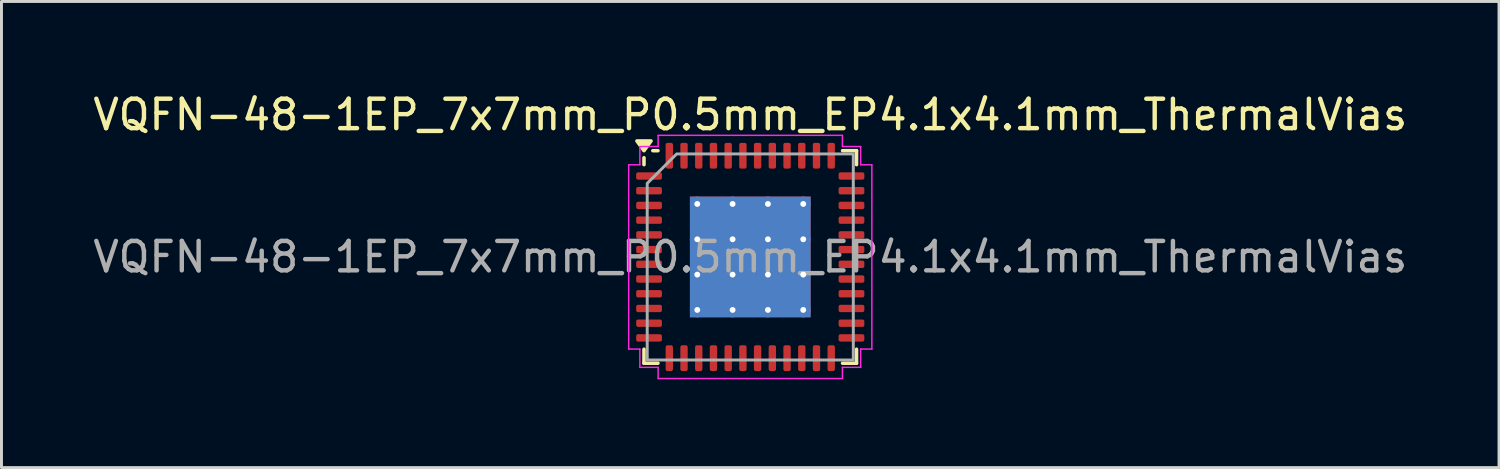
<source format=kicad_pcb>
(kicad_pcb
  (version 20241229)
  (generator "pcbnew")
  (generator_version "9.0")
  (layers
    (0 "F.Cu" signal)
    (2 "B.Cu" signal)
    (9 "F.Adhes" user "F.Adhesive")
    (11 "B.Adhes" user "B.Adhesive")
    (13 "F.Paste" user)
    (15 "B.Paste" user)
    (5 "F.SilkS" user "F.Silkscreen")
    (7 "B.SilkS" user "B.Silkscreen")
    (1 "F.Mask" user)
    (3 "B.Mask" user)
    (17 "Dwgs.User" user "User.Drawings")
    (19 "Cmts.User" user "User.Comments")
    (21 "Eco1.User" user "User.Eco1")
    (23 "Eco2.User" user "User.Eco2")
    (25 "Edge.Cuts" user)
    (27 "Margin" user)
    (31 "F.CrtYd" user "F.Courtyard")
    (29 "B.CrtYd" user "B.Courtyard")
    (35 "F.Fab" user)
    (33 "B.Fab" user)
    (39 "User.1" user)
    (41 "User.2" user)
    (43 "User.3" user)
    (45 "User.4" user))
  (footprint "VQFN-48-1EP_7x7mm_P0.5mm_EP4.1x4.1mm_ThermalVias"
    (layer "F.Cu")
    (at 22.435 5.678)
    (property "Reference" "VQFN-48-1EP_7x7mm_P0.5mm_EP4.1x4.1mm_ThermalVias" (at 0 -4.83 0) (layer "F.SilkS") (effects (font (size 1 1) (thickness 0.15))))
    (attr smd)
    (fp_line (start -3.61 -3.135) (end -3.61 -3.37) (stroke (width 0.12) (type solid)) (layer "F.SilkS"))
    (fp_line (start -3.61 3.61) (end -3.61 3.135) (stroke (width 0.12) (type solid)) (layer "F.SilkS"))
    (fp_line (start -3.135 -3.61) (end -3.31 -3.61) (stroke (width 0.12) (type solid)) (layer "F.SilkS"))
    (fp_line (start -3.135 3.61) (end -3.61 3.61) (stroke (width 0.12) (type solid)) (layer "F.SilkS"))
    (fp_line (start 3.135 -3.61) (end 3.61 -3.61) (stroke (width 0.12) (type solid)) (layer "F.SilkS"))
    (fp_line (start 3.135 3.61) (end 3.61 3.61) (stroke (width 0.12) (type solid)) (layer "F.SilkS"))
    (fp_line (start 3.61 -3.61) (end 3.61 -3.135) (stroke (width 0.12) (type solid)) (layer "F.SilkS"))
    (fp_line (start 3.61 3.61) (end 3.61 3.135) (stroke (width 0.12) (type solid)) (layer "F.SilkS"))
    (fp_poly (pts (xy -3.61 -3.61) (xy -3.85 -3.94) (xy -3.37 -3.94)) (stroke (width 0.12) (type solid)) (fill yes) (layer "F.SilkS"))
    (fp_line (start -4.13 -3.13) (end -3.75 -3.13) (stroke (width 0.05) (type solid)) (layer "F.CrtYd"))
    (fp_line (start -4.13 3.13) (end -4.13 -3.13) (stroke (width 0.05) (type solid)) (layer "F.CrtYd"))
    (fp_line (start -3.75 -3.75) (end -3.13 -3.75) (stroke (width 0.05) (type solid)) (layer "F.CrtYd"))
    (fp_line (start -3.75 -3.13) (end -3.75 -3.75) (stroke (width 0.05) (type solid)) (layer "F.CrtYd"))
    (fp_line (start -3.75 3.13) (end -4.13 3.13) (stroke (width 0.05) (type solid)) (layer "F.CrtYd"))
    (fp_line (start -3.75 3.75) (end -3.75 3.13) (stroke (width 0.05) (type solid)) (layer "F.CrtYd"))
    (fp_line (start -3.13 -4.13) (end 3.13 -4.13) (stroke (width 0.05) (type solid)) (layer "F.CrtYd"))
    (fp_line (start -3.13 -3.75) (end -3.13 -4.13) (stroke (width 0.05) (type solid)) (layer "F.CrtYd"))
    (fp_line (start -3.13 3.75) (end -3.75 3.75) (stroke (width 0.05) (type solid)) (layer "F.CrtYd"))
    (fp_line (start -3.13 4.13) (end -3.13 3.75) (stroke (width 0.05) (type solid)) (layer "F.CrtYd"))
    (fp_line (start 3.13 -4.13) (end 3.13 -3.75) (stroke (width 0.05) (type solid)) (layer "F.CrtYd"))
    (fp_line (start 3.13 -3.75) (end 3.75 -3.75) (stroke (width 0.05) (type solid)) (layer "F.CrtYd"))
    (fp_line (start 3.13 3.75) (end 3.13 4.13) (stroke (width 0.05) (type solid)) (layer "F.CrtYd"))
    (fp_line (start 3.13 4.13) (end -3.13 4.13) (stroke (width 0.05) (type solid)) (layer "F.CrtYd"))
    (fp_line (start 3.75 -3.75) (end 3.75 -3.13) (stroke (width 0.05) (type solid)) (layer "F.CrtYd"))
    (fp_line (start 3.75 -3.13) (end 4.13 -3.13) (stroke (width 0.05) (type solid)) (layer "F.CrtYd"))
    (fp_line (start 3.75 3.13) (end 3.75 3.75) (stroke (width 0.05) (type solid)) (layer "F.CrtYd"))
    (fp_line (start 3.75 3.75) (end 3.13 3.75) (stroke (width 0.05) (type solid)) (layer "F.CrtYd"))
    (fp_line (start 4.13 -3.13) (end 4.13 3.13) (stroke (width 0.05) (type solid)) (layer "F.CrtYd"))
    (fp_line (start 4.13 3.13) (end 3.75 3.13) (stroke (width 0.05) (type solid)) (layer "F.CrtYd"))
    (fp_poly (pts (xy -3.5 -2.5) (xy -3.5 3.5) (xy 3.5 3.5) (xy 3.5 -3.5) (xy -2.5 -3.5)) (stroke (width 0.1) (type solid)) (fill no) (layer "F.Fab"))
    (fp_text user "${REFERENCE}" (at 0 0 0) (layer "F.Fab") (effects (font (size 1 1) (thickness 0.15))))
    (pad "" smd roundrect (at -1.37 -1.37) (size 1.1 1.1) (layers "F.Paste") (roundrect_rratio 0.227))
    (pad "" smd roundrect (at -1.37 0) (size 1.1 1.1) (layers "F.Paste") (roundrect_rratio 0.227))
    (pad "" smd roundrect (at -1.37 1.37) (size 1.1 1.1) (layers "F.Paste") (roundrect_rratio 0.227))
    (pad "" smd roundrect (at 0 -1.37) (size 1.1 1.1) (layers "F.Paste") (roundrect_rratio 0.227))
    (pad "" smd roundrect (at 0 0) (size 1.1 1.1) (layers "F.Paste") (roundrect_rratio 0.227))
    (pad "" smd roundrect (at 0 1.37) (size 1.1 1.1) (layers "F.Paste") (roundrect_rratio 0.227))
    (pad "" smd roundrect (at 1.37 -1.37) (size 1.1 1.1) (layers "F.Paste") (roundrect_rratio 0.227))
    (pad "" smd roundrect (at 1.37 0) (size 1.1 1.1) (layers "F.Paste") (roundrect_rratio 0.227))
    (pad "" smd roundrect (at 1.37 1.37) (size 1.1 1.1) (layers "F.Paste") (roundrect_rratio 0.227))
    (pad "1" smd roundrect (at -3.438 -2.75) (size 0.875 0.25) (layers "F.Cu" "F.Mask" "F.Paste") (roundrect_rratio 0.25))
    (pad "2" smd roundrect (at -3.438 -2.25) (size 0.875 0.25) (layers "F.Cu" "F.Mask" "F.Paste") (roundrect_rratio 0.25))
    (pad "3" smd roundrect (at -3.438 -1.75) (size 0.875 0.25) (layers "F.Cu" "F.Mask" "F.Paste") (roundrect_rratio 0.25))
    (pad "4" smd roundrect (at -3.438 -1.25) (size 0.875 0.25) (layers "F.Cu" "F.Mask" "F.Paste") (roundrect_rratio 0.25))
    (pad "5" smd roundrect (at -3.438 -0.75) (size 0.875 0.25) (layers "F.Cu" "F.Mask" "F.Paste") (roundrect_rratio 0.25))
    (pad "6" smd roundrect (at -3.438 -0.25) (size 0.875 0.25) (layers "F.Cu" "F.Mask" "F.Paste") (roundrect_rratio 0.25))
    (pad "7" smd roundrect (at -3.438 0.25) (size 0.875 0.25) (layers "F.Cu" "F.Mask" "F.Paste") (roundrect_rratio 0.25))
    (pad "8" smd roundrect (at -3.438 0.75) (size 0.875 0.25) (layers "F.Cu" "F.Mask" "F.Paste") (roundrect_rratio 0.25))
    (pad "9" smd roundrect (at -3.438 1.25) (size 0.875 0.25) (layers "F.Cu" "F.Mask" "F.Paste") (roundrect_rratio 0.25))
    (pad "10" smd roundrect (at -3.438 1.75) (size 0.875 0.25) (layers "F.Cu" "F.Mask" "F.Paste") (roundrect_rratio 0.25))
    (pad "11" smd roundrect (at -3.438 2.25) (size 0.875 0.25) (layers "F.Cu" "F.Mask" "F.Paste") (roundrect_rratio 0.25))
    (pad "12" smd roundrect (at -3.438 2.75) (size 0.875 0.25) (layers "F.Cu" "F.Mask" "F.Paste") (roundrect_rratio 0.25))
    (pad "13" smd roundrect (at -2.75 3.438) (size 0.25 0.875) (layers "F.Cu" "F.Mask" "F.Paste") (roundrect_rratio 0.25))
    (pad "14" smd roundrect (at -2.25 3.438) (size 0.25 0.875) (layers "F.Cu" "F.Mask" "F.Paste") (roundrect_rratio 0.25))
    (pad "15" smd roundrect (at -1.75 3.438) (size 0.25 0.875) (layers "F.Cu" "F.Mask" "F.Paste") (roundrect_rratio 0.25))
    (pad "16" smd roundrect (at -1.25 3.438) (size 0.25 0.875) (layers "F.Cu" "F.Mask" "F.Paste") (roundrect_rratio 0.25))
    (pad "17" smd roundrect (at -0.75 3.438) (size 0.25 0.875) (layers "F.Cu" "F.Mask" "F.Paste") (roundrect_rratio 0.25))
    (pad "18" smd roundrect (at -0.25 3.438) (size 0.25 0.875) (layers "F.Cu" "F.Mask" "F.Paste") (roundrect_rratio 0.25))
    (pad "19" smd roundrect (at 0.25 3.438) (size 0.25 0.875) (layers "F.Cu" "F.Mask" "F.Paste") (roundrect_rratio 0.25))
    (pad "20" smd roundrect (at 0.75 3.438) (size 0.25 0.875) (layers "F.Cu" "F.Mask" "F.Paste") (roundrect_rratio 0.25))
    (pad "21" smd roundrect (at 1.25 3.438) (size 0.25 0.875) (layers "F.Cu" "F.Mask" "F.Paste") (roundrect_rratio 0.25))
    (pad "22" smd roundrect (at 1.75 3.438) (size 0.25 0.875) (layers "F.Cu" "F.Mask" "F.Paste") (roundrect_rratio 0.25))
    (pad "23" smd roundrect (at 2.25 3.438) (size 0.25 0.875) (layers "F.Cu" "F.Mask" "F.Paste") (roundrect_rratio 0.25))
    (pad "24" smd roundrect (at 2.75 3.438) (size 0.25 0.875) (layers "F.Cu" "F.Mask" "F.Paste") (roundrect_rratio 0.25))
    (pad "25" smd roundrect (at 3.438 2.75) (size 0.875 0.25) (layers "F.Cu" "F.Mask" "F.Paste") (roundrect_rratio 0.25))
    (pad "26" smd roundrect (at 3.438 2.25) (size 0.875 0.25) (layers "F.Cu" "F.Mask" "F.Paste") (roundrect_rratio 0.25))
    (pad "27" smd roundrect (at 3.438 1.75) (size 0.875 0.25) (layers "F.Cu" "F.Mask" "F.Paste") (roundrect_rratio 0.25))
    (pad "28" smd roundrect (at 3.438 1.25) (size 0.875 0.25) (layers "F.Cu" "F.Mask" "F.Paste") (roundrect_rratio 0.25))
    (pad "29" smd roundrect (at 3.438 0.75) (size 0.875 0.25) (layers "F.Cu" "F.Mask" "F.Paste") (roundrect_rratio 0.25))
    (pad "30" smd roundrect (at 3.438 0.25) (size 0.875 0.25) (layers "F.Cu" "F.Mask" "F.Paste") (roundrect_rratio 0.25))
    (pad "31" smd roundrect (at 3.438 -0.25) (size 0.875 0.25) (layers "F.Cu" "F.Mask" "F.Paste") (roundrect_rratio 0.25))
    (pad "32" smd roundrect (at 3.438 -0.75) (size 0.875 0.25) (layers "F.Cu" "F.Mask" "F.Paste") (roundrect_rratio 0.25))
    (pad "33" smd roundrect (at 3.438 -1.25) (size 0.875 0.25) (layers "F.Cu" "F.Mask" "F.Paste") (roundrect_rratio 0.25))
    (pad "34" smd roundrect (at 3.438 -1.75) (size 0.875 0.25) (layers "F.Cu" "F.Mask" "F.Paste") (roundrect_rratio 0.25))
    (pad "35" smd roundrect (at 3.438 -2.25) (size 0.875 0.25) (layers "F.Cu" "F.Mask" "F.Paste") (roundrect_rratio 0.25))
    (pad "36" smd roundrect (at 3.438 -2.75) (size 0.875 0.25) (layers "F.Cu" "F.Mask" "F.Paste") (roundrect_rratio 0.25))
    (pad "37" smd roundrect (at 2.75 -3.438) (size 0.25 0.875) (layers "F.Cu" "F.Mask" "F.Paste") (roundrect_rratio 0.25))
    (pad "38" smd roundrect (at 2.25 -3.438) (size 0.25 0.875) (layers "F.Cu" "F.Mask" "F.Paste") (roundrect_rratio 0.25))
    (pad "39" smd roundrect (at 1.75 -3.438) (size 0.25 0.875) (layers "F.Cu" "F.Mask" "F.Paste") (roundrect_rratio 0.25))
    (pad "40" smd roundrect (at 1.25 -3.438) (size 0.25 0.875) (layers "F.Cu" "F.Mask" "F.Paste") (roundrect_rratio 0.25))
    (pad "41" smd roundrect (at 0.75 -3.438) (size 0.25 0.875) (layers "F.Cu" "F.Mask" "F.Paste") (roundrect_rratio 0.25))
    (pad "42" smd roundrect (at 0.25 -3.438) (size 0.25 0.875) (layers "F.Cu" "F.Mask" "F.Paste") (roundrect_rratio 0.25))
    (pad "43" smd roundrect (at -0.25 -3.438) (size 0.25 0.875) (layers "F.Cu" "F.Mask" "F.Paste") (roundrect_rratio 0.25))
    (pad "44" smd roundrect (at -0.75 -3.438) (size 0.25 0.875) (layers "F.Cu" "F.Mask" "F.Paste") (roundrect_rratio 0.25))
    (pad "45" smd roundrect (at -1.25 -3.438) (size 0.25 0.875) (layers "F.Cu" "F.Mask" "F.Paste") (roundrect_rratio 0.25))
    (pad "46" smd roundrect (at -1.75 -3.438) (size 0.25 0.875) (layers "F.Cu" "F.Mask" "F.Paste") (roundrect_rratio 0.25))
    (pad "47" smd roundrect (at -2.25 -3.438) (size 0.25 0.875) (layers "F.Cu" "F.Mask" "F.Paste") (roundrect_rratio 0.25))
    (pad "48" smd roundrect (at -2.75 -3.438) (size 0.25 0.875) (layers "F.Cu" "F.Mask" "F.Paste") (roundrect_rratio 0.25))
    (pad "49" thru_hole circle (at -1.8 -1.8) (size 0.5 0.5) (drill 0.2) (property pad_prop_heatsink) (layers "*.Cu"))
    (pad "49" thru_hole circle (at -1.8 -0.6) (size 0.5 0.5) (drill 0.2) (property pad_prop_heatsink) (layers "*.Cu"))
    (pad "49" thru_hole circle (at -1.8 0.6) (size 0.5 0.5) (drill 0.2) (property pad_prop_heatsink) (layers "*.Cu"))
    (pad "49" thru_hole circle (at -1.8 1.8) (size 0.5 0.5) (drill 0.2) (property pad_prop_heatsink) (layers "*.Cu"))
    (pad "49" thru_hole circle (at -0.6 -1.8) (size 0.5 0.5) (drill 0.2) (property pad_prop_heatsink) (layers "*.Cu"))
    (pad "49" thru_hole circle (at -0.6 -0.6) (size 0.5 0.5) (drill 0.2) (property pad_prop_heatsink) (layers "*.Cu"))
    (pad "49" thru_hole circle (at -0.6 0.6) (size 0.5 0.5) (drill 0.2) (property pad_prop_heatsink) (layers "*.Cu"))
    (pad "49" thru_hole circle (at -0.6 1.8) (size 0.5 0.5) (drill 0.2) (property pad_prop_heatsink) (layers "*.Cu"))
    (pad "49" smd rect (at 0 0) (size 4.1 4.1) (property pad_prop_heatsink) (layers "F.Cu" "F.Mask"))
    (pad "49" smd rect (at 0 0) (size 4.1 4.1) (property pad_prop_heatsink) (layers "B.Cu"))
    (pad "49" thru_hole circle (at 0.6 -1.8) (size 0.5 0.5) (drill 0.2) (property pad_prop_heatsink) (layers "*.Cu"))
    (pad "49" thru_hole circle (at 0.6 -0.6) (size 0.5 0.5) (drill 0.2) (property pad_prop_heatsink) (layers "*.Cu"))
    (pad "49" thru_hole circle (at 0.6 0.6) (size 0.5 0.5) (drill 0.2) (property pad_prop_heatsink) (layers "*.Cu"))
    (pad "49" thru_hole circle (at 0.6 1.8) (size 0.5 0.5) (drill 0.2) (property pad_prop_heatsink) (layers "*.Cu"))
    (pad "49" thru_hole circle (at 1.8 -1.8) (size 0.5 0.5) (drill 0.2) (property pad_prop_heatsink) (layers "*.Cu"))
    (pad "49" thru_hole circle (at 1.8 -0.6) (size 0.5 0.5) (drill 0.2) (property pad_prop_heatsink) (layers "*.Cu"))
    (pad "49" thru_hole circle (at 1.8 0.6) (size 0.5 0.5) (drill 0.2) (property pad_prop_heatsink) (layers "*.Cu"))
    (pad "49" thru_hole circle (at 1.8 1.8) (size 0.5 0.5) (drill 0.2) (property pad_prop_heatsink) (layers "*.Cu")))
  (gr_rect
    (start -3 -3)
    (end 47.869 12.833)
    (stroke (width 0.1) (type default))
    (fill no)
    (layer "Edge.Cuts")))
</source>
